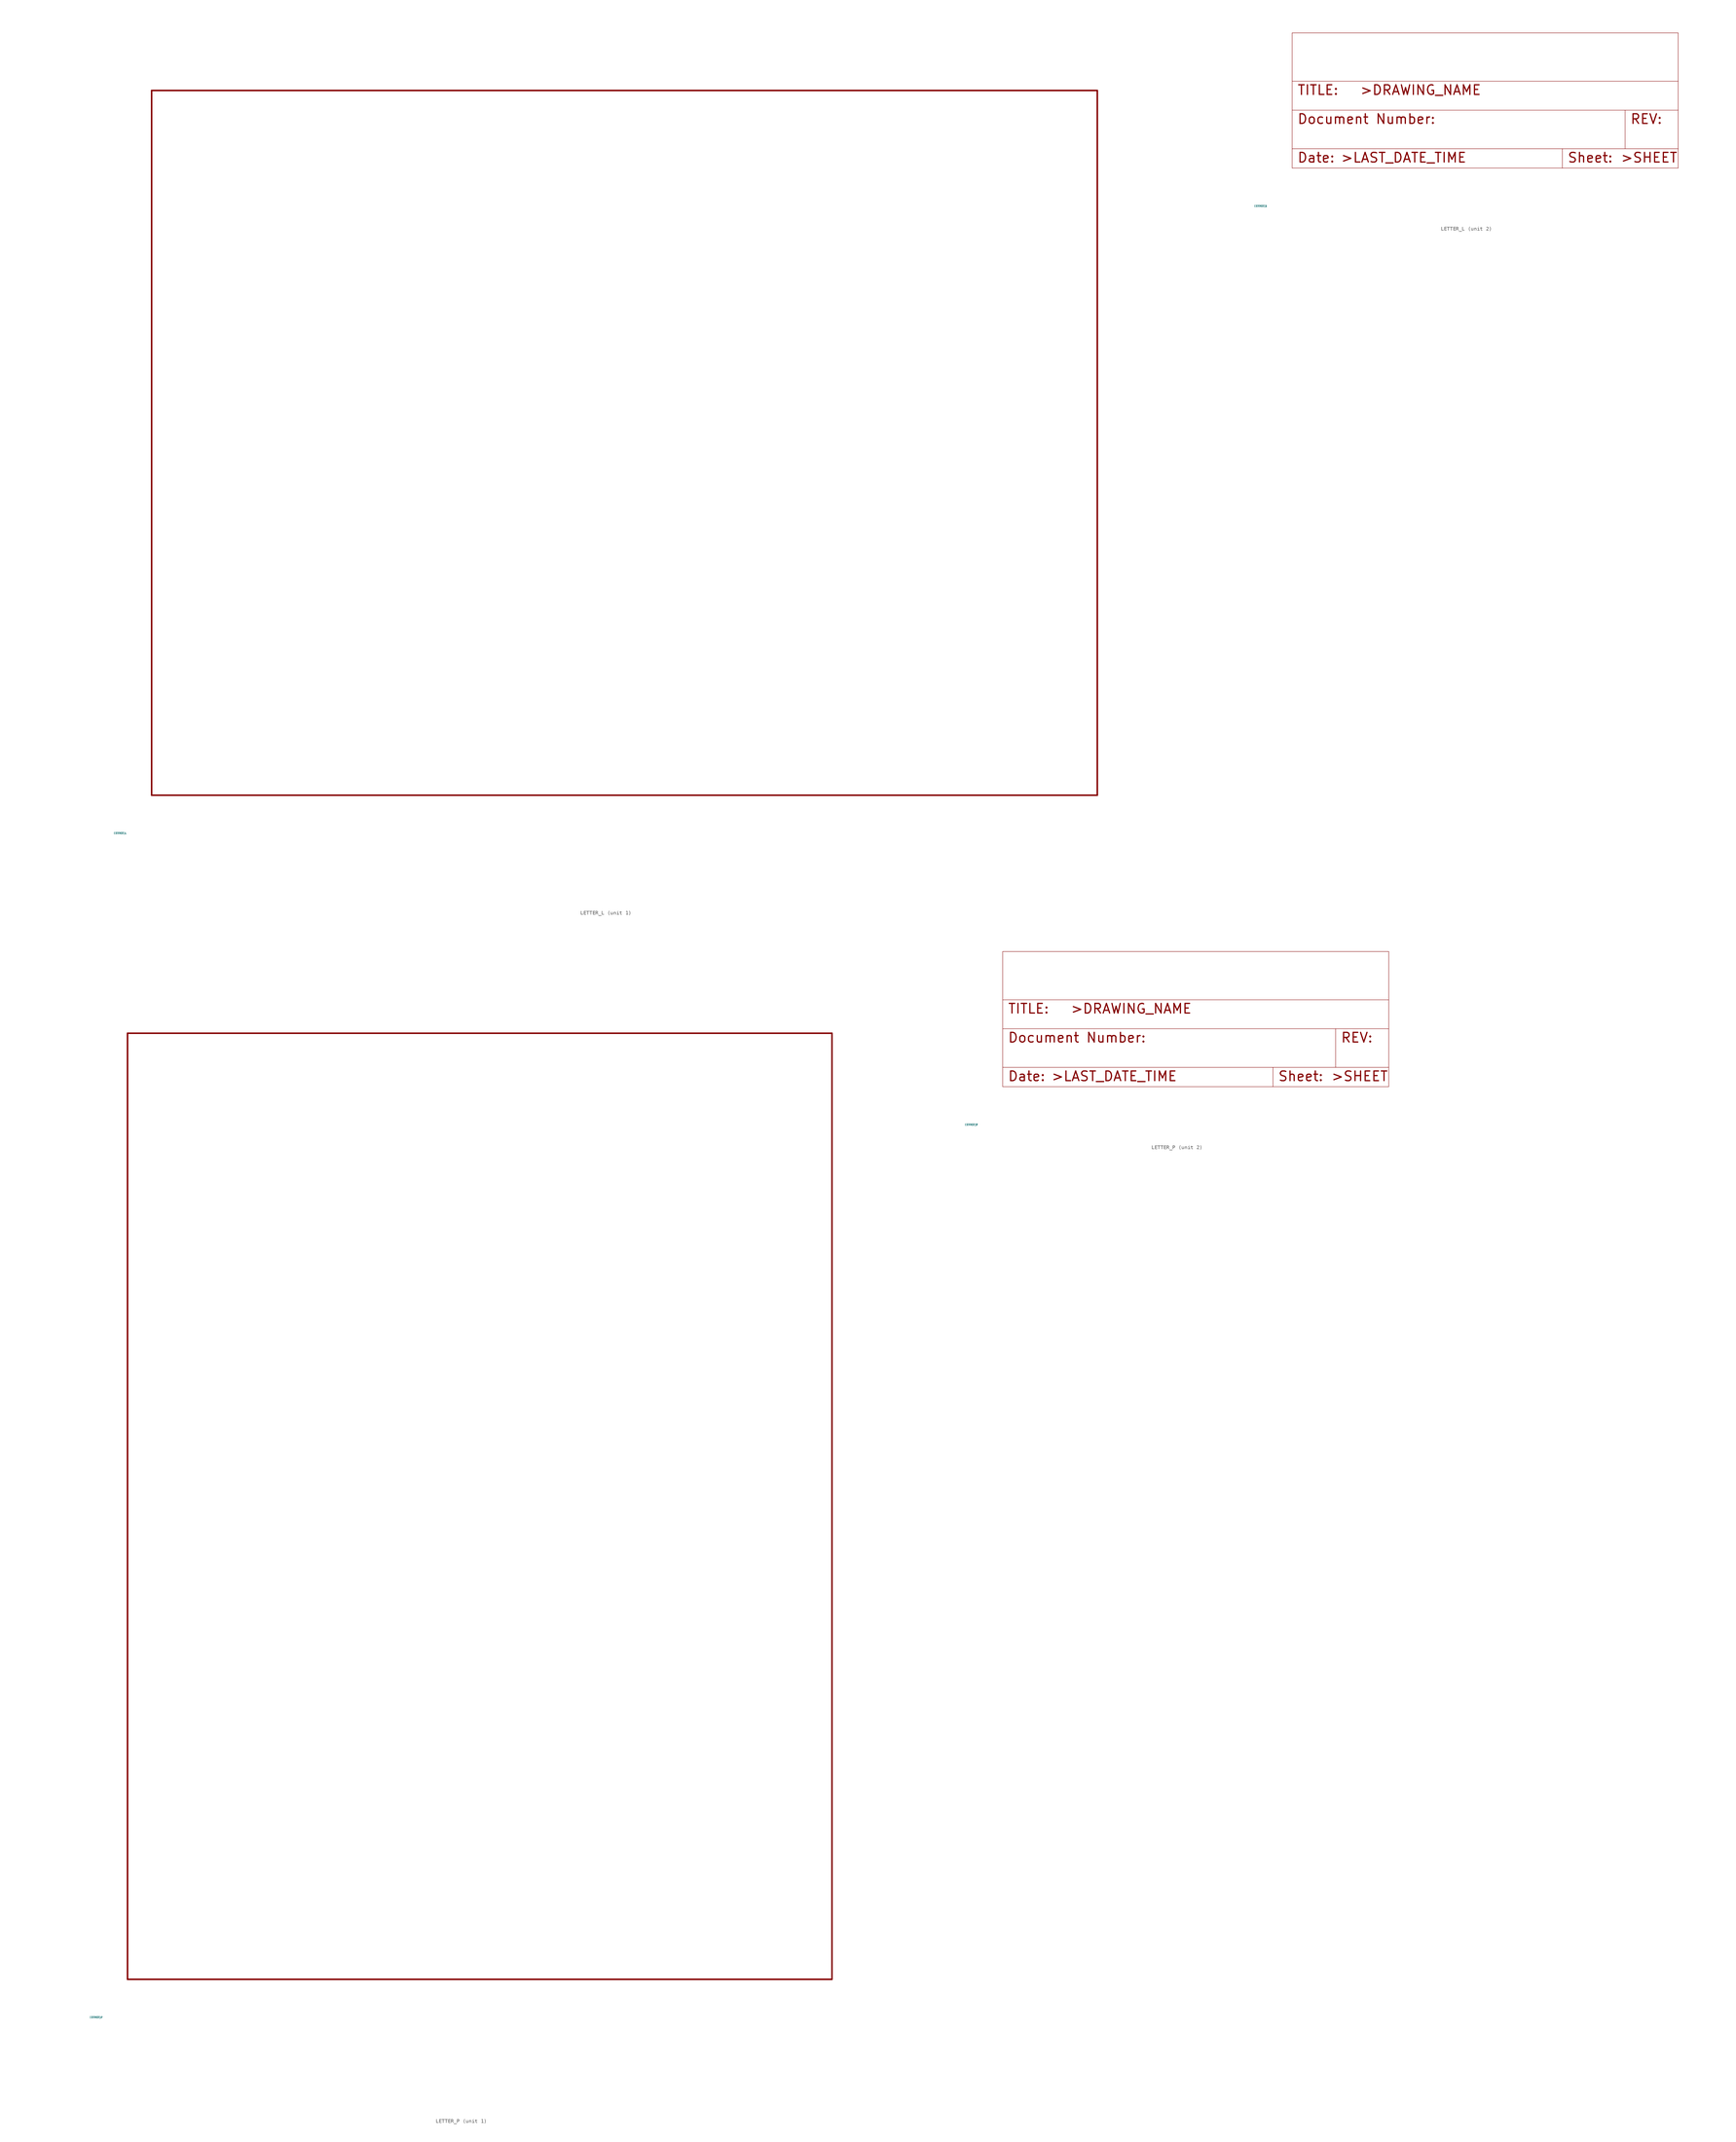
<source format=kicad_sym>
(kicad_symbol_lib
  (version 20220914)
  (generator Eagle2Kicad)
  (symbol "LETTER_L"
    (property "Reference" "FRAME"
      (at -10 -10 0)
      (effects (font (size 0.5 0.5) (thickness 0.06)) (justify left)))
    (property "Value" "LETTER_L"
      (at -10 -10 0)
      (effects (font (size 0.5 0.5) (thickness 0.06)) (justify left)))
    (symbol "LETTER_L_1_0"
      (polyline (pts (xy 0 0) (xy 248.92 0)) (stroke (width 0.4) (type default)) (fill (type none)))
      (polyline (pts (xy 0 185.42) (xy 248.92 185.42)) (stroke (width 0.4) (type default)) (fill (type none)))
      (polyline (pts (xy 0 0) (xy 0 185.42)) (stroke (width 0.4) (type default)) (fill (type none)))
      (polyline (pts (xy 248.92 0) (xy 248.92 185.42)) (stroke (width 0.4) (type default)) (fill (type none))))
    (symbol "LETTER_L_2_0"
      (polyline (pts (xy 0 0) (xy 71.12 0)) (stroke (width 0.102) (type default)) (fill (type none)))
      (polyline (pts (xy 101.6 15.24) (xy 87.63 15.24)) (stroke (width 0.102) (type default)) (fill (type none)))
      (polyline (pts (xy 0 0) (xy 0 5.08)) (stroke (width 0.102) (type default)) (fill (type none)))
      (polyline (pts (xy 0 5.08) (xy 71.12 5.08)) (stroke (width 0.102) (type default)) (fill (type none)))
      (polyline (pts (xy 0 5.08) (xy 0 15.24)) (stroke (width 0.102) (type default)) (fill (type none)))
      (polyline (pts (xy 101.6 15.24) (xy 101.6 5.08)) (stroke (width 0.102) (type default)) (fill (type none)))
      (polyline (pts (xy 71.12 5.08) (xy 71.12 0)) (stroke (width 0.102) (type default)) (fill (type none)))
      (polyline (pts (xy 71.12 5.08) (xy 87.63 5.08)) (stroke (width 0.102) (type default)) (fill (type none)))
      (polyline (pts (xy 71.12 0) (xy 101.6 0)) (stroke (width 0.102) (type default)) (fill (type none)))
      (polyline (pts (xy 87.63 15.24) (xy 87.63 5.08)) (stroke (width 0.102) (type default)) (fill (type none)))
      (polyline (pts (xy 87.63 15.24) (xy 0 15.24)) (stroke (width 0.102) (type default)) (fill (type none)))
      (polyline (pts (xy 87.63 5.08) (xy 101.6 5.08)) (stroke (width 0.102) (type default)) (fill (type none)))
      (polyline (pts (xy 101.6 5.08) (xy 101.6 0)) (stroke (width 0.102) (type default)) (fill (type none)))
      (polyline (pts (xy 0 15.24) (xy 0 22.86)) (stroke (width 0.102) (type default)) (fill (type none)))
      (polyline (pts (xy 101.6 35.56) (xy 0 35.56)) (stroke (width 0.102) (type default)) (fill (type none)))
      (polyline (pts (xy 101.6 35.56) (xy 101.6 22.86)) (stroke (width 0.102) (type default)) (fill (type none)))
      (polyline (pts (xy 0 22.86) (xy 101.6 22.86)) (stroke (width 0.102) (type default)) (fill (type none)))
      (polyline (pts (xy 0 22.86) (xy 0 35.56)) (stroke (width 0.102) (type default)) (fill (type none)))
      (polyline (pts (xy 101.6 22.86) (xy 101.6 15.24)) (stroke (width 0.102) (type default)) (fill (type none)))
      (text "Date:" (at 1.27 1.27 0) (effects (font (size 2.54 2.54) (thickness 0.32)) (justify left bottom)))
      (text ">LAST_DATE_TIME" (at 12.7 1.27 0) (effects (font (size 2.54 2.54) (thickness 0.32)) (justify left bottom)))
      (text "Sheet:" (at 72.39 1.27 0) (effects (font (size 2.54 2.54) (thickness 0.32)) (justify left bottom)))
      (text ">SHEET" (at 86.36 1.27 0) (effects (font (size 2.54 2.54) (thickness 0.32)) (justify left bottom)))
      (text "REV:" (at 88.9 11.43 0) (effects (font (size 2.54 2.54) (thickness 0.32)) (justify left bottom)))
      (text "TITLE:" (at 1.27 19.05 0) (effects (font (size 2.54 2.54) (thickness 0.32)) (justify left bottom)))
      (text "Document Number:" (at 1.27 11.43 0) (effects (font (size 2.54 2.54) (thickness 0.32)) (justify left bottom)))
      (text ">DRAWING_NAME" (at 17.78 19.05 0) (effects (font (size 2.54 2.54) (thickness 0.32)) (justify left bottom)))))
  (symbol "LETTER_P"
    (property "Reference" "FRAME"
      (at -10 -10 0)
      (effects (font (size 0.5 0.5) (thickness 0.06)) (justify left)))
    (property "Value" "LETTER_P"
      (at -10 -10 0)
      (effects (font (size 0.5 0.5) (thickness 0.06)) (justify left)))
    (symbol "LETTER_P_1_0"
      (polyline (pts (xy 0 0) (xy 185.42 0)) (stroke (width 0.4) (type default)) (fill (type none)))
      (polyline (pts (xy 0 248.92) (xy 185.42 248.92)) (stroke (width 0.4) (type default)) (fill (type none)))
      (polyline (pts (xy 0 0) (xy 0 248.92)) (stroke (width 0.4) (type default)) (fill (type none)))
      (polyline (pts (xy 185.42 0) (xy 185.42 248.92)) (stroke (width 0.4) (type default)) (fill (type none))))
    (symbol "LETTER_P_2_0"
      (polyline (pts (xy 0 0) (xy 71.12 0)) (stroke (width 0.102) (type default)) (fill (type none)))
      (polyline (pts (xy 101.6 15.24) (xy 87.63 15.24)) (stroke (width 0.102) (type default)) (fill (type none)))
      (polyline (pts (xy 0 0) (xy 0 5.08)) (stroke (width 0.102) (type default)) (fill (type none)))
      (polyline (pts (xy 0 5.08) (xy 71.12 5.08)) (stroke (width 0.102) (type default)) (fill (type none)))
      (polyline (pts (xy 0 5.08) (xy 0 15.24)) (stroke (width 0.102) (type default)) (fill (type none)))
      (polyline (pts (xy 101.6 15.24) (xy 101.6 5.08)) (stroke (width 0.102) (type default)) (fill (type none)))
      (polyline (pts (xy 71.12 5.08) (xy 71.12 0)) (stroke (width 0.102) (type default)) (fill (type none)))
      (polyline (pts (xy 71.12 5.08) (xy 87.63 5.08)) (stroke (width 0.102) (type default)) (fill (type none)))
      (polyline (pts (xy 71.12 0) (xy 101.6 0)) (stroke (width 0.102) (type default)) (fill (type none)))
      (polyline (pts (xy 87.63 15.24) (xy 87.63 5.08)) (stroke (width 0.102) (type default)) (fill (type none)))
      (polyline (pts (xy 87.63 15.24) (xy 0 15.24)) (stroke (width 0.102) (type default)) (fill (type none)))
      (polyline (pts (xy 87.63 5.08) (xy 101.6 5.08)) (stroke (width 0.102) (type default)) (fill (type none)))
      (polyline (pts (xy 101.6 5.08) (xy 101.6 0)) (stroke (width 0.102) (type default)) (fill (type none)))
      (polyline (pts (xy 0 15.24) (xy 0 22.86)) (stroke (width 0.102) (type default)) (fill (type none)))
      (polyline (pts (xy 101.6 35.56) (xy 0 35.56)) (stroke (width 0.102) (type default)) (fill (type none)))
      (polyline (pts (xy 101.6 35.56) (xy 101.6 22.86)) (stroke (width 0.102) (type default)) (fill (type none)))
      (polyline (pts (xy 0 22.86) (xy 101.6 22.86)) (stroke (width 0.102) (type default)) (fill (type none)))
      (polyline (pts (xy 0 22.86) (xy 0 35.56)) (stroke (width 0.102) (type default)) (fill (type none)))
      (polyline (pts (xy 101.6 22.86) (xy 101.6 15.24)) (stroke (width 0.102) (type default)) (fill (type none)))
      (text "Date:" (at 1.27 1.27 0) (effects (font (size 2.54 2.54) (thickness 0.32)) (justify left bottom)))
      (text ">LAST_DATE_TIME" (at 12.7 1.27 0) (effects (font (size 2.54 2.54) (thickness 0.32)) (justify left bottom)))
      (text "Sheet:" (at 72.39 1.27 0) (effects (font (size 2.54 2.54) (thickness 0.32)) (justify left bottom)))
      (text ">SHEET" (at 86.36 1.27 0) (effects (font (size 2.54 2.54) (thickness 0.32)) (justify left bottom)))
      (text "REV:" (at 88.9 11.43 0) (effects (font (size 2.54 2.54) (thickness 0.32)) (justify left bottom)))
      (text "TITLE:" (at 1.27 19.05 0) (effects (font (size 2.54 2.54) (thickness 0.32)) (justify left bottom)))
      (text "Document Number:" (at 1.27 11.43 0) (effects (font (size 2.54 2.54) (thickness 0.32)) (justify left bottom)))
      (text ">DRAWING_NAME" (at 17.78 19.05 0) (effects (font (size 2.54 2.54) (thickness 0.32)) (justify left bottom))))))
</source>
